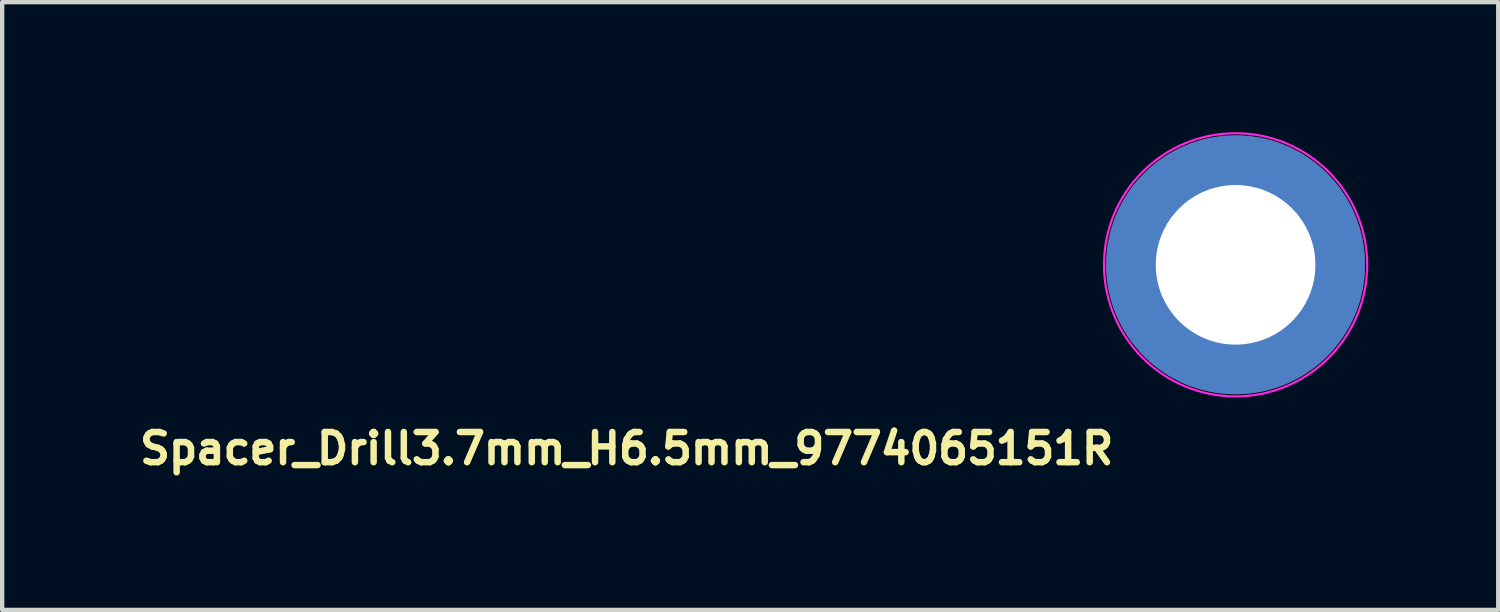
<source format=kicad_pcb>
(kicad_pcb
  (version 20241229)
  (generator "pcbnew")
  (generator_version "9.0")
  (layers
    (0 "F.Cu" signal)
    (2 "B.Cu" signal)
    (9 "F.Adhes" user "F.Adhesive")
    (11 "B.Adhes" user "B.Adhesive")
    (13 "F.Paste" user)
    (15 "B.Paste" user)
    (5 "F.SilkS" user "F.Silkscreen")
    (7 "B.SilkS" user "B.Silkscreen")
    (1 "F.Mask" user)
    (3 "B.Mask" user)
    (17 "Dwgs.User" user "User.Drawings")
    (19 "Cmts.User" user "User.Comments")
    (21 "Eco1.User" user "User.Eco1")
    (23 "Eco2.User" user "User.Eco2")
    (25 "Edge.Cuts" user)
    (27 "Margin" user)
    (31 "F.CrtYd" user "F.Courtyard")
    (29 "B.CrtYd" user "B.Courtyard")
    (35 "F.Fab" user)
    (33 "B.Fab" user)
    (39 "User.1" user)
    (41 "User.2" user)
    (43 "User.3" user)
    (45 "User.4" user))
  (footprint "Spacer_Drill3.7mm_H6.5mm_9774065151R"
    (layer "F.Cu")
    (at 25.593 3.089)
    (property "Reference" "Spacer_Drill3.7mm_H6.5mm_9774065151R" (at -2.75 3.85 0) (layer "F.SilkS") (effects (font (size 0.7 0.7) (thickness 0.15)) (justify right top)))
    (attr smd)
    (fp_circle (center 0 0) (end 3.05 0.05) (stroke (width 0.05) (type solid)) (fill no) (layer "F.CrtYd"))
    (fp_circle (center 0 0) (end 2.6 0) (stroke (width 0.12) (type solid)) (fill no) (layer "User.5"))
    (fp_line (start -2.549 0) (end -2.549 0) (stroke (width 0.02) (type solid)) (layer "User.9"))
    (fp_line (start -2.549 0) (end -2.546 -0.131) (stroke (width 0.02) (type solid)) (layer "User.9"))
    (fp_line (start -2.546 -0.131) (end -2.536 -0.26) (stroke (width 0.02) (type solid)) (layer "User.9"))
    (fp_line (start -2.546 0.131) (end -2.549 0) (stroke (width 0.02) (type solid)) (layer "User.9"))
    (fp_line (start -2.536 -0.26) (end -2.52 -0.388) (stroke (width 0.02) (type solid)) (layer "User.9"))
    (fp_line (start -2.536 0.26) (end -2.546 0.131) (stroke (width 0.02) (type solid)) (layer "User.9"))
    (fp_line (start -2.52 -0.388) (end -2.498 -0.513) (stroke (width 0.02) (type solid)) (layer "User.9"))
    (fp_line (start -2.52 0.388) (end -2.536 0.26) (stroke (width 0.02) (type solid)) (layer "User.9"))
    (fp_line (start -2.498 -0.513) (end -2.469 -0.637) (stroke (width 0.02) (type solid)) (layer "User.9"))
    (fp_line (start -2.498 0.513) (end -2.52 0.388) (stroke (width 0.02) (type solid)) (layer "User.9"))
    (fp_line (start -2.469 -0.637) (end -2.435 -0.758) (stroke (width 0.02) (type solid)) (layer "User.9"))
    (fp_line (start -2.469 0.637) (end -2.498 0.513) (stroke (width 0.02) (type solid)) (layer "User.9"))
    (fp_line (start -2.435 -0.758) (end -2.395 -0.876) (stroke (width 0.02) (type solid)) (layer "User.9"))
    (fp_line (start -2.435 0.758) (end -2.469 0.637) (stroke (width 0.02) (type solid)) (layer "User.9"))
    (fp_line (start -2.395 -0.876) (end -2.349 -0.992) (stroke (width 0.02) (type solid)) (layer "User.9"))
    (fp_line (start -2.395 0.876) (end -2.435 0.758) (stroke (width 0.02) (type solid)) (layer "User.9"))
    (fp_line (start -2.349 -0.992) (end -2.298 -1.105) (stroke (width 0.02) (type solid)) (layer "User.9"))
    (fp_line (start -2.349 0.992) (end -2.395 0.876) (stroke (width 0.02) (type solid)) (layer "User.9"))
    (fp_line (start -2.298 -1.105) (end -2.242 -1.215) (stroke (width 0.02) (type solid)) (layer "User.9"))
    (fp_line (start -2.298 1.105) (end -2.349 0.992) (stroke (width 0.02) (type solid)) (layer "User.9"))
    (fp_line (start -2.242 -1.215) (end -2.18 -1.322) (stroke (width 0.02) (type solid)) (layer "User.9"))
    (fp_line (start -2.242 1.215) (end -2.298 1.105) (stroke (width 0.02) (type solid)) (layer "User.9"))
    (fp_line (start -2.18 -1.322) (end -2.114 -1.425) (stroke (width 0.02) (type solid)) (layer "User.9"))
    (fp_line (start -2.18 1.322) (end -2.242 1.215) (stroke (width 0.02) (type solid)) (layer "User.9"))
    (fp_line (start -2.114 -1.425) (end -2.043 -1.525) (stroke (width 0.02) (type solid)) (layer "User.9"))
    (fp_line (start -2.114 1.425) (end -2.18 1.322) (stroke (width 0.02) (type solid)) (layer "User.9"))
    (fp_line (start -2.043 -1.525) (end -1.967 -1.622) (stroke (width 0.02) (type solid)) (layer "User.9"))
    (fp_line (start -2.043 1.525) (end -2.114 1.425) (stroke (width 0.02) (type solid)) (layer "User.9"))
    (fp_line (start -1.967 -1.622) (end -1.887 -1.714) (stroke (width 0.02) (type solid)) (layer "User.9"))
    (fp_line (start -1.967 1.622) (end -2.043 1.525) (stroke (width 0.02) (type solid)) (layer "User.9"))
    (fp_line (start -1.887 -1.714) (end -1.803 -1.803) (stroke (width 0.02) (type solid)) (layer "User.9"))
    (fp_line (start -1.887 1.714) (end -1.967 1.622) (stroke (width 0.02) (type solid)) (layer "User.9"))
    (fp_line (start -1.803 -1.803) (end -1.714 -1.887) (stroke (width 0.02) (type solid)) (layer "User.9"))
    (fp_line (start -1.803 1.803) (end -1.887 1.714) (stroke (width 0.02) (type solid)) (layer "User.9"))
    (fp_line (start -1.714 -1.887) (end -1.622 -1.967) (stroke (width 0.02) (type solid)) (layer "User.9"))
    (fp_line (start -1.714 1.887) (end -1.803 1.803) (stroke (width 0.02) (type solid)) (layer "User.9"))
    (fp_line (start -1.622 -1.967) (end -1.525 -2.043) (stroke (width 0.02) (type solid)) (layer "User.9"))
    (fp_line (start -1.622 1.967) (end -1.714 1.887) (stroke (width 0.02) (type solid)) (layer "User.9"))
    (fp_line (start -1.525 -2.043) (end -1.425 -2.114) (stroke (width 0.02) (type solid)) (layer "User.9"))
    (fp_line (start -1.525 2.043) (end -1.622 1.967) (stroke (width 0.02) (type solid)) (layer "User.9"))
    (fp_line (start -1.425 -2.114) (end -1.322 -2.18) (stroke (width 0.02) (type solid)) (layer "User.9"))
    (fp_line (start -1.425 2.114) (end -1.525 2.043) (stroke (width 0.02) (type solid)) (layer "User.9"))
    (fp_line (start -1.322 -2.18) (end -1.215 -2.242) (stroke (width 0.02) (type solid)) (layer "User.9"))
    (fp_line (start -1.322 2.18) (end -1.425 2.114) (stroke (width 0.02) (type solid)) (layer "User.9"))
    (fp_line (start -1.215 -2.242) (end -1.105 -2.298) (stroke (width 0.02) (type solid)) (layer "User.9"))
    (fp_line (start -1.215 2.242) (end -1.322 2.18) (stroke (width 0.02) (type solid)) (layer "User.9"))
    (fp_line (start -1.206 0) (end -1.206 0) (stroke (width 0.02) (type solid)) (layer "User.9"))
    (fp_line (start -1.206 0) (end -1.204 -0.062) (stroke (width 0.02) (type solid)) (layer "User.9"))
    (fp_line (start -1.204 -0.062) (end -1.2 -0.123) (stroke (width 0.02) (type solid)) (layer "User.9"))
    (fp_line (start -1.204 0.062) (end -1.206 0) (stroke (width 0.02) (type solid)) (layer "User.9"))
    (fp_line (start -1.2 -0.123) (end -1.192 -0.183) (stroke (width 0.02) (type solid)) (layer "User.9"))
    (fp_line (start -1.2 0.123) (end -1.204 0.062) (stroke (width 0.02) (type solid)) (layer "User.9"))
    (fp_line (start -1.192 -0.183) (end -1.181 -0.243) (stroke (width 0.02) (type solid)) (layer "User.9"))
    (fp_line (start -1.192 0.183) (end -1.2 0.123) (stroke (width 0.02) (type solid)) (layer "User.9"))
    (fp_line (start -1.181 -0.243) (end -1.168 -0.301) (stroke (width 0.02) (type solid)) (layer "User.9"))
    (fp_line (start -1.181 0.243) (end -1.192 0.183) (stroke (width 0.02) (type solid)) (layer "User.9"))
    (fp_line (start -1.168 -0.301) (end -1.152 -0.358) (stroke (width 0.02) (type solid)) (layer "User.9"))
    (fp_line (start -1.168 0.301) (end -1.181 0.243) (stroke (width 0.02) (type solid)) (layer "User.9"))
    (fp_line (start -1.152 -0.358) (end -1.133 -0.414) (stroke (width 0.02) (type solid)) (layer "User.9"))
    (fp_line (start -1.152 0.358) (end -1.168 0.301) (stroke (width 0.02) (type solid)) (layer "User.9"))
    (fp_line (start -1.133 -0.414) (end -1.111 -0.469) (stroke (width 0.02) (type solid)) (layer "User.9"))
    (fp_line (start -1.133 0.414) (end -1.152 0.358) (stroke (width 0.02) (type solid)) (layer "User.9"))
    (fp_line (start -1.111 -0.469) (end -1.087 -0.523) (stroke (width 0.02) (type solid)) (layer "User.9"))
    (fp_line (start -1.111 0.469) (end -1.133 0.414) (stroke (width 0.02) (type solid)) (layer "User.9"))
    (fp_line (start -1.105 -2.298) (end -0.992 -2.349) (stroke (width 0.02) (type solid)) (layer "User.9"))
    (fp_line (start -1.105 2.298) (end -1.215 2.242) (stroke (width 0.02) (type solid)) (layer "User.9"))
    (fp_line (start -1.087 -0.523) (end -1.06 -0.575) (stroke (width 0.02) (type solid)) (layer "User.9"))
    (fp_line (start -1.087 0.523) (end -1.111 0.469) (stroke (width 0.02) (type solid)) (layer "User.9"))
    (fp_line (start -1.06 -0.575) (end -1.031 -0.625) (stroke (width 0.02) (type solid)) (layer "User.9"))
    (fp_line (start -1.06 0.575) (end -1.087 0.523) (stroke (width 0.02) (type solid)) (layer "User.9"))
    (fp_line (start -1.031 -0.625) (end -1 -0.674) (stroke (width 0.02) (type solid)) (layer "User.9"))
    (fp_line (start -1.031 0.625) (end -1.06 0.575) (stroke (width 0.02) (type solid)) (layer "User.9"))
    (fp_line (start -1.006 0) (end -1.006 0) (stroke (width 0.02) (type solid)) (layer "User.9"))
    (fp_line (start -1.006 0) (end -1.005 -0.051) (stroke (width 0.02) (type solid)) (layer "User.9"))
    (fp_line (start -1.005 -0.051) (end -1.001 -0.102) (stroke (width 0.02) (type solid)) (layer "User.9"))
    (fp_line (start -1.005 0.051) (end -1.006 0) (stroke (width 0.02) (type solid)) (layer "User.9"))
    (fp_line (start -1.001 -0.102) (end -0.994 -0.153) (stroke (width 0.02) (type solid)) (layer "User.9"))
    (fp_line (start -1.001 0.102) (end -1.005 0.051) (stroke (width 0.02) (type solid)) (layer "User.9"))
    (fp_line (start -1 -0.674) (end -0.966 -0.721) (stroke (width 0.02) (type solid)) (layer "User.9"))
    (fp_line (start -1 0.674) (end -1.031 0.625) (stroke (width 0.02) (type solid)) (layer "User.9"))
    (fp_line (start -0.994 -0.153) (end -0.986 -0.202) (stroke (width 0.02) (type solid)) (layer "User.9"))
    (fp_line (start -0.994 0.153) (end -1.001 0.102) (stroke (width 0.02) (type solid)) (layer "User.9"))
    (fp_line (start -0.992 -2.349) (end -0.876 -2.395) (stroke (width 0.02) (type solid)) (layer "User.9"))
    (fp_line (start -0.992 2.349) (end -1.105 2.298) (stroke (width 0.02) (type solid)) (layer "User.9"))
    (fp_line (start -0.986 -0.202) (end -0.974 -0.251) (stroke (width 0.02) (type solid)) (layer "User.9"))
    (fp_line (start -0.986 0.202) (end -0.994 0.153) (stroke (width 0.02) (type solid)) (layer "User.9"))
    (fp_line (start -0.974 -0.251) (end -0.961 -0.299) (stroke (width 0.02) (type solid)) (layer "User.9"))
    (fp_line (start -0.974 0.251) (end -0.986 0.202) (stroke (width 0.02) (type solid)) (layer "User.9"))
    (fp_line (start -0.966 -0.721) (end -0.93 -0.767) (stroke (width 0.02) (type solid)) (layer "User.9"))
    (fp_line (start -0.966 0.721) (end -1 0.674) (stroke (width 0.02) (type solid)) (layer "User.9"))
    (fp_line (start -0.961 -0.299) (end -0.945 -0.346) (stroke (width 0.02) (type solid)) (layer "User.9"))
    (fp_line (start -0.961 0.299) (end -0.974 0.251) (stroke (width 0.02) (type solid)) (layer "User.9"))
    (fp_line (start -0.945 -0.346) (end -0.927 -0.391) (stroke (width 0.02) (type solid)) (layer "User.9"))
    (fp_line (start -0.945 0.346) (end -0.961 0.299) (stroke (width 0.02) (type solid)) (layer "User.9"))
    (fp_line (start -0.93 -0.767) (end -0.893 -0.811) (stroke (width 0.02) (type solid)) (layer "User.9"))
    (fp_line (start -0.93 0.767) (end -0.966 0.721) (stroke (width 0.02) (type solid)) (layer "User.9"))
    (fp_line (start -0.927 -0.391) (end -0.907 -0.436) (stroke (width 0.02) (type solid)) (layer "User.9"))
    (fp_line (start -0.927 0.391) (end -0.945 0.346) (stroke (width 0.02) (type solid)) (layer "User.9"))
    (fp_line (start -0.907 -0.436) (end -0.885 -0.479) (stroke (width 0.02) (type solid)) (layer "User.9"))
    (fp_line (start -0.907 0.436) (end -0.927 0.391) (stroke (width 0.02) (type solid)) (layer "User.9"))
    (fp_line (start -0.893 -0.811) (end -0.853 -0.853) (stroke (width 0.02) (type solid)) (layer "User.9"))
    (fp_line (start -0.893 0.811) (end -0.93 0.767) (stroke (width 0.02) (type solid)) (layer "User.9"))
    (fp_line (start -0.885 -0.479) (end -0.86 -0.521) (stroke (width 0.02) (type solid)) (layer "User.9"))
    (fp_line (start -0.885 0.479) (end -0.907 0.436) (stroke (width 0.02) (type solid)) (layer "User.9"))
    (fp_line (start -0.876 -2.395) (end -0.758 -2.435) (stroke (width 0.02) (type solid)) (layer "User.9"))
    (fp_line (start -0.876 2.395) (end -0.992 2.349) (stroke (width 0.02) (type solid)) (layer "User.9"))
    (fp_line (start -0.86 -0.521) (end -0.834 -0.562) (stroke (width 0.02) (type solid)) (layer "User.9"))
    (fp_line (start -0.86 0.521) (end -0.885 0.479) (stroke (width 0.02) (type solid)) (layer "User.9"))
    (fp_line (start -0.853 -0.853) (end -0.811 -0.893) (stroke (width 0.02) (type solid)) (layer "User.9"))
    (fp_line (start -0.853 0.853) (end -0.893 0.811) (stroke (width 0.02) (type solid)) (layer "User.9"))
    (fp_line (start -0.834 -0.562) (end -0.806 -0.602) (stroke (width 0.02) (type solid)) (layer "User.9"))
    (fp_line (start -0.834 0.562) (end -0.86 0.521) (stroke (width 0.02) (type solid)) (layer "User.9"))
    (fp_line (start -0.811 -0.893) (end -0.767 -0.93) (stroke (width 0.02) (type solid)) (layer "User.9"))
    (fp_line (start -0.811 0.893) (end -0.853 0.853) (stroke (width 0.02) (type solid)) (layer "User.9"))
    (fp_line (start -0.806 -0.602) (end -0.776 -0.64) (stroke (width 0.02) (type solid)) (layer "User.9"))
    (fp_line (start -0.806 0.602) (end -0.834 0.562) (stroke (width 0.02) (type solid)) (layer "User.9"))
    (fp_line (start -0.776 -0.64) (end -0.745 -0.676) (stroke (width 0.02) (type solid)) (layer "User.9"))
    (fp_line (start -0.776 0.64) (end -0.806 0.602) (stroke (width 0.02) (type solid)) (layer "User.9"))
    (fp_line (start -0.767 -0.93) (end -0.721 -0.966) (stroke (width 0.02) (type solid)) (layer "User.9"))
    (fp_line (start -0.767 0.93) (end -0.811 0.893) (stroke (width 0.02) (type solid)) (layer "User.9"))
    (fp_line (start -0.758 -2.435) (end -0.637 -2.469) (stroke (width 0.02) (type solid)) (layer "User.9"))
    (fp_line (start -0.758 2.435) (end -0.876 2.395) (stroke (width 0.02) (type solid)) (layer "User.9"))
    (fp_line (start -0.745 -0.676) (end -0.711 -0.711) (stroke (width 0.02) (type solid)) (layer "User.9"))
    (fp_line (start -0.745 0.676) (end -0.776 0.64) (stroke (width 0.02) (type solid)) (layer "User.9"))
    (fp_line (start -0.721 -0.966) (end -0.674 -1) (stroke (width 0.02) (type solid)) (layer "User.9"))
    (fp_line (start -0.721 0.966) (end -0.767 0.93) (stroke (width 0.02) (type solid)) (layer "User.9"))
    (fp_line (start -0.711 -0.711) (end -0.676 -0.745) (stroke (width 0.02) (type solid)) (layer "User.9"))
    (fp_line (start -0.711 0.711) (end -0.745 0.676) (stroke (width 0.02) (type solid)) (layer "User.9"))
    (fp_line (start -0.676 -0.745) (end -0.64 -0.776) (stroke (width 0.02) (type solid)) (layer "User.9"))
    (fp_line (start -0.676 0.745) (end -0.711 0.711) (stroke (width 0.02) (type solid)) (layer "User.9"))
    (fp_line (start -0.674 -1) (end -0.625 -1.031) (stroke (width 0.02) (type solid)) (layer "User.9"))
    (fp_line (start -0.674 1) (end -0.721 0.966) (stroke (width 0.02) (type solid)) (layer "User.9"))
    (fp_line (start -0.64 -0.776) (end -0.602 -0.806) (stroke (width 0.02) (type solid)) (layer "User.9"))
    (fp_line (start -0.64 0.776) (end -0.676 0.745) (stroke (width 0.02) (type solid)) (layer "User.9"))
    (fp_line (start -0.637 -2.469) (end -0.513 -2.498) (stroke (width 0.02) (type solid)) (layer "User.9"))
    (fp_line (start -0.637 2.469) (end -0.758 2.435) (stroke (width 0.02) (type solid)) (layer "User.9"))
    (fp_line (start -0.625 -1.031) (end -0.575 -1.06) (stroke (width 0.02) (type solid)) (layer "User.9"))
    (fp_line (start -0.625 1.031) (end -0.674 1) (stroke (width 0.02) (type solid)) (layer "User.9"))
    (fp_line (start -0.602 -0.806) (end -0.562 -0.834) (stroke (width 0.02) (type solid)) (layer "User.9"))
    (fp_line (start -0.602 0.806) (end -0.64 0.776) (stroke (width 0.02) (type solid)) (layer "User.9"))
    (fp_line (start -0.575 -1.06) (end -0.523 -1.087) (stroke (width 0.02) (type solid)) (layer "User.9"))
    (fp_line (start -0.575 1.06) (end -0.625 1.031) (stroke (width 0.02) (type solid)) (layer "User.9"))
    (fp_line (start -0.562 -0.834) (end -0.521 -0.86) (stroke (width 0.02) (type solid)) (layer "User.9"))
    (fp_line (start -0.562 0.834) (end -0.602 0.806) (stroke (width 0.02) (type solid)) (layer "User.9"))
    (fp_line (start -0.523 -1.087) (end -0.469 -1.111) (stroke (width 0.02) (type solid)) (layer "User.9"))
    (fp_line (start -0.523 1.087) (end -0.575 1.06) (stroke (width 0.02) (type solid)) (layer "User.9"))
    (fp_line (start -0.521 -0.86) (end -0.479 -0.885) (stroke (width 0.02) (type solid)) (layer "User.9"))
    (fp_line (start -0.521 0.86) (end -0.562 0.834) (stroke (width 0.02) (type solid)) (layer "User.9"))
    (fp_line (start -0.513 -2.498) (end -0.388 -2.52) (stroke (width 0.02) (type solid)) (layer "User.9"))
    (fp_line (start -0.513 2.498) (end -0.637 2.469) (stroke (width 0.02) (type solid)) (layer "User.9"))
    (fp_line (start -0.479 -0.885) (end -0.436 -0.907) (stroke (width 0.02) (type solid)) (layer "User.9"))
    (fp_line (start -0.479 0.885) (end -0.521 0.86) (stroke (width 0.02) (type solid)) (layer "User.9"))
    (fp_line (start -0.469 -1.111) (end -0.414 -1.133) (stroke (width 0.02) (type solid)) (layer "User.9"))
    (fp_line (start -0.469 1.111) (end -0.523 1.087) (stroke (width 0.02) (type solid)) (layer "User.9"))
    (fp_line (start -0.436 -0.907) (end -0.391 -0.927) (stroke (width 0.02) (type solid)) (layer "User.9"))
    (fp_line (start -0.436 0.907) (end -0.479 0.885) (stroke (width 0.02) (type solid)) (layer "User.9"))
    (fp_line (start -0.414 -1.133) (end -0.358 -1.152) (stroke (width 0.02) (type solid)) (layer "User.9"))
    (fp_line (start -0.414 1.133) (end -0.469 1.111) (stroke (width 0.02) (type solid)) (layer "User.9"))
    (fp_line (start -0.391 -0.927) (end -0.346 -0.945) (stroke (width 0.02) (type solid)) (layer "User.9"))
    (fp_line (start -0.391 0.927) (end -0.436 0.907) (stroke (width 0.02) (type solid)) (layer "User.9"))
    (fp_line (start -0.388 -2.52) (end -0.26 -2.536) (stroke (width 0.02) (type solid)) (layer "User.9"))
    (fp_line (start -0.388 2.52) (end -0.513 2.498) (stroke (width 0.02) (type solid)) (layer "User.9"))
    (fp_line (start -0.358 -1.152) (end -0.301 -1.168) (stroke (width 0.02) (type solid)) (layer "User.9"))
    (fp_line (start -0.358 1.152) (end -0.414 1.133) (stroke (width 0.02) (type solid)) (layer "User.9"))
    (fp_line (start -0.346 -0.945) (end -0.299 -0.961) (stroke (width 0.02) (type solid)) (layer "User.9"))
    (fp_line (start -0.346 0.945) (end -0.391 0.927) (stroke (width 0.02) (type solid)) (layer "User.9"))
    (fp_line (start -0.301 -1.168) (end -0.243 -1.181) (stroke (width 0.02) (type solid)) (layer "User.9"))
    (fp_line (start -0.301 1.168) (end -0.358 1.152) (stroke (width 0.02) (type solid)) (layer "User.9"))
    (fp_line (start -0.299 -0.961) (end -0.251 -0.974) (stroke (width 0.02) (type solid)) (layer "User.9"))
    (fp_line (start -0.299 0.961) (end -0.346 0.945) (stroke (width 0.02) (type solid)) (layer "User.9"))
    (fp_line (start -0.26 -2.536) (end -0.131 -2.546) (stroke (width 0.02) (type solid)) (layer "User.9"))
    (fp_line (start -0.26 2.536) (end -0.388 2.52) (stroke (width 0.02) (type solid)) (layer "User.9"))
    (fp_line (start -0.251 -0.974) (end -0.202 -0.986) (stroke (width 0.02) (type solid)) (layer "User.9"))
    (fp_line (start -0.251 0.974) (end -0.299 0.961) (stroke (width 0.02) (type solid)) (layer "User.9"))
    (fp_line (start -0.243 -1.181) (end -0.183 -1.192) (stroke (width 0.02) (type solid)) (layer "User.9"))
    (fp_line (start -0.243 1.181) (end -0.301 1.168) (stroke (width 0.02) (type solid)) (layer "User.9"))
    (fp_line (start -0.202 -0.986) (end -0.153 -0.994) (stroke (width 0.02) (type solid)) (layer "User.9"))
    (fp_line (start -0.202 0.986) (end -0.251 0.974) (stroke (width 0.02) (type solid)) (layer "User.9"))
    (fp_line (start -0.183 -1.192) (end -0.123 -1.2) (stroke (width 0.02) (type solid)) (layer "User.9"))
    (fp_line (start -0.183 1.192) (end -0.243 1.181) (stroke (width 0.02) (type solid)) (layer "User.9"))
    (fp_line (start -0.153 -0.994) (end -0.102 -1.001) (stroke (width 0.02) (type solid)) (layer "User.9"))
    (fp_line (start -0.153 0.994) (end -0.202 0.986) (stroke (width 0.02) (type solid)) (layer "User.9"))
    (fp_line (start -0.131 -2.546) (end 0 -2.549) (stroke (width 0.02) (type solid)) (layer "User.9"))
    (fp_line (start -0.131 2.546) (end -0.26 2.536) (stroke (width 0.02) (type solid)) (layer "User.9"))
    (fp_line (start -0.123 -1.2) (end -0.062 -1.204) (stroke (width 0.02) (type solid)) (layer "User.9"))
    (fp_line (start -0.123 1.2) (end -0.183 1.192) (stroke (width 0.02) (type solid)) (layer "User.9"))
    (fp_line (start -0.102 -1.001) (end -0.051 -1.005) (stroke (width 0.02) (type solid)) (layer "User.9"))
    (fp_line (start -0.102 1.001) (end -0.153 0.994) (stroke (width 0.02) (type solid)) (layer "User.9"))
    (fp_line (start -0.062 -1.204) (end 0 -1.206) (stroke (width 0.02) (type solid)) (layer "User.9"))
    (fp_line (start -0.062 1.204) (end -0.123 1.2) (stroke (width 0.02) (type solid)) (layer "User.9"))
    (fp_line (start -0.051 -1.005) (end 0 -1.006) (stroke (width 0.02) (type solid)) (layer "User.9"))
    (fp_line (start -0.051 1.005) (end -0.102 1.001) (stroke (width 0.02) (type solid)) (layer "User.9"))
    (fp_line (start 0 -2.549) (end 0 -2.549) (stroke (width 0.02) (type solid)) (layer "User.9"))
    (fp_line (start 0 -2.549) (end 0.131 -2.546) (stroke (width 0.02) (type solid)) (layer "User.9"))
    (fp_line (start 0 -1.206) (end 0 -1.206) (stroke (width 0.02) (type solid)) (layer "User.9"))
    (fp_line (start 0 -1.206) (end 0.062 -1.204) (stroke (width 0.02) (type solid)) (layer "User.9"))
    (fp_line (start 0 -1.006) (end 0 -1.006) (stroke (width 0.02) (type solid)) (layer "User.9"))
    (fp_line (start 0 -1.006) (end 0.051 -1.005) (stroke (width 0.02) (type solid)) (layer "User.9"))
    (fp_line (start 0 1.006) (end -0.051 1.005) (stroke (width 0.02) (type solid)) (layer "User.9"))
    (fp_line (start 0 1.006) (end 0 1.006) (stroke (width 0.02) (type solid)) (layer "User.9"))
    (fp_line (start 0 1.206) (end -0.062 1.204) (stroke (width 0.02) (type solid)) (layer "User.9"))
    (fp_line (start 0 1.206) (end 0 1.206) (stroke (width 0.02) (type solid)) (layer "User.9"))
    (fp_line (start 0 2.549) (end -0.131 2.546) (stroke (width 0.02) (type solid)) (layer "User.9"))
    (fp_line (start 0 2.549) (end 0 2.549) (stroke (width 0.02) (type solid)) (layer "User.9"))
    (fp_line (start 0.051 -1.005) (end 0.102 -1.001) (stroke (width 0.02) (type solid)) (layer "User.9"))
    (fp_line (start 0.051 1.005) (end 0 1.006) (stroke (width 0.02) (type solid)) (layer "User.9"))
    (fp_line (start 0.062 -1.204) (end 0.123 -1.2) (stroke (width 0.02) (type solid)) (layer "User.9"))
    (fp_line (start 0.062 1.204) (end 0 1.206) (stroke (width 0.02) (type solid)) (layer "User.9"))
    (fp_line (start 0.102 -1.001) (end 0.153 -0.994) (stroke (width 0.02) (type solid)) (layer "User.9"))
    (fp_line (start 0.102 1.001) (end 0.051 1.005) (stroke (width 0.02) (type solid)) (layer "User.9"))
    (fp_line (start 0.123 -1.2) (end 0.183 -1.192) (stroke (width 0.02) (type solid)) (layer "User.9"))
    (fp_line (start 0.123 1.2) (end 0.062 1.204) (stroke (width 0.02) (type solid)) (layer "User.9"))
    (fp_line (start 0.131 -2.546) (end 0.26 -2.536) (stroke (width 0.02) (type solid)) (layer "User.9"))
    (fp_line (start 0.131 2.546) (end 0 2.549) (stroke (width 0.02) (type solid)) (layer "User.9"))
    (fp_line (start 0.153 -0.994) (end 0.202 -0.986) (stroke (width 0.02) (type solid)) (layer "User.9"))
    (fp_line (start 0.153 0.994) (end 0.102 1.001) (stroke (width 0.02) (type solid)) (layer "User.9"))
    (fp_line (start 0.183 -1.192) (end 0.243 -1.181) (stroke (width 0.02) (type solid)) (layer "User.9"))
    (fp_line (start 0.183 1.192) (end 0.123 1.2) (stroke (width 0.02) (type solid)) (layer "User.9"))
    (fp_line (start 0.202 -0.986) (end 0.251 -0.974) (stroke (width 0.02) (type solid)) (layer "User.9"))
    (fp_line (start 0.202 0.986) (end 0.153 0.994) (stroke (width 0.02) (type solid)) (layer "User.9"))
    (fp_line (start 0.243 -1.181) (end 0.301 -1.168) (stroke (width 0.02) (type solid)) (layer "User.9"))
    (fp_line (start 0.243 1.181) (end 0.183 1.192) (stroke (width 0.02) (type solid)) (layer "User.9"))
    (fp_line (start 0.251 -0.974) (end 0.299 -0.961) (stroke (width 0.02) (type solid)) (layer "User.9"))
    (fp_line (start 0.251 0.974) (end 0.202 0.986) (stroke (width 0.02) (type solid)) (layer "User.9"))
    (fp_line (start 0.26 -2.536) (end 0.388 -2.52) (stroke (width 0.02) (type solid)) (layer "User.9"))
    (fp_line (start 0.26 2.536) (end 0.131 2.546) (stroke (width 0.02) (type solid)) (layer "User.9"))
    (fp_line (start 0.299 -0.961) (end 0.346 -0.945) (stroke (width 0.02) (type solid)) (layer "User.9"))
    (fp_line (start 0.299 0.961) (end 0.251 0.974) (stroke (width 0.02) (type solid)) (layer "User.9"))
    (fp_line (start 0.301 -1.168) (end 0.358 -1.152) (stroke (width 0.02) (type solid)) (layer "User.9"))
    (fp_line (start 0.301 1.168) (end 0.243 1.181) (stroke (width 0.02) (type solid)) (layer "User.9"))
    (fp_line (start 0.346 -0.945) (end 0.391 -0.927) (stroke (width 0.02) (type solid)) (layer "User.9"))
    (fp_line (start 0.346 0.945) (end 0.299 0.961) (stroke (width 0.02) (type solid)) (layer "User.9"))
    (fp_line (start 0.358 -1.152) (end 0.414 -1.133) (stroke (width 0.02) (type solid)) (layer "User.9"))
    (fp_line (start 0.358 1.152) (end 0.301 1.168) (stroke (width 0.02) (type solid)) (layer "User.9"))
    (fp_line (start 0.388 -2.52) (end 0.513 -2.498) (stroke (width 0.02) (type solid)) (layer "User.9"))
    (fp_line (start 0.388 2.52) (end 0.26 2.536) (stroke (width 0.02) (type solid)) (layer "User.9"))
    (fp_line (start 0.391 -0.927) (end 0.436 -0.907) (stroke (width 0.02) (type solid)) (layer "User.9"))
    (fp_line (start 0.391 0.927) (end 0.346 0.945) (stroke (width 0.02) (type solid)) (layer "User.9"))
    (fp_line (start 0.414 -1.133) (end 0.469 -1.111) (stroke (width 0.02) (type solid)) (layer "User.9"))
    (fp_line (start 0.414 1.133) (end 0.358 1.152) (stroke (width 0.02) (type solid)) (layer "User.9"))
    (fp_line (start 0.436 -0.907) (end 0.479 -0.885) (stroke (width 0.02) (type solid)) (layer "User.9"))
    (fp_line (start 0.436 0.907) (end 0.391 0.927) (stroke (width 0.02) (type solid)) (layer "User.9"))
    (fp_line (start 0.469 -1.111) (end 0.523 -1.087) (stroke (width 0.02) (type solid)) (layer "User.9"))
    (fp_line (start 0.469 1.111) (end 0.414 1.133) (stroke (width 0.02) (type solid)) (layer "User.9"))
    (fp_line (start 0.479 -0.885) (end 0.521 -0.86) (stroke (width 0.02) (type solid)) (layer "User.9"))
    (fp_line (start 0.479 0.885) (end 0.436 0.907) (stroke (width 0.02) (type solid)) (layer "User.9"))
    (fp_line (start 0.513 -2.498) (end 0.637 -2.469) (stroke (width 0.02) (type solid)) (layer "User.9"))
    (fp_line (start 0.513 2.498) (end 0.388 2.52) (stroke (width 0.02) (type solid)) (layer "User.9"))
    (fp_line (start 0.521 -0.86) (end 0.562 -0.834) (stroke (width 0.02) (type solid)) (layer "User.9"))
    (fp_line (start 0.521 0.86) (end 0.479 0.885) (stroke (width 0.02) (type solid)) (layer "User.9"))
    (fp_line (start 0.523 -1.087) (end 0.575 -1.06) (stroke (width 0.02) (type solid)) (layer "User.9"))
    (fp_line (start 0.523 1.087) (end 0.469 1.111) (stroke (width 0.02) (type solid)) (layer "User.9"))
    (fp_line (start 0.562 -0.834) (end 0.602 -0.806) (stroke (width 0.02) (type solid)) (layer "User.9"))
    (fp_line (start 0.562 0.834) (end 0.521 0.86) (stroke (width 0.02) (type solid)) (layer "User.9"))
    (fp_line (start 0.575 -1.06) (end 0.625 -1.031) (stroke (width 0.02) (type solid)) (layer "User.9"))
    (fp_line (start 0.575 1.06) (end 0.523 1.087) (stroke (width 0.02) (type solid)) (layer "User.9"))
    (fp_line (start 0.602 -0.806) (end 0.64 -0.776) (stroke (width 0.02) (type solid)) (layer "User.9"))
    (fp_line (start 0.602 0.806) (end 0.562 0.834) (stroke (width 0.02) (type solid)) (layer "User.9"))
    (fp_line (start 0.625 -1.031) (end 0.674 -1) (stroke (width 0.02) (type solid)) (layer "User.9"))
    (fp_line (start 0.625 1.031) (end 0.575 1.06) (stroke (width 0.02) (type solid)) (layer "User.9"))
    (fp_line (start 0.637 -2.469) (end 0.758 -2.435) (stroke (width 0.02) (type solid)) (layer "User.9"))
    (fp_line (start 0.637 2.469) (end 0.513 2.498) (stroke (width 0.02) (type solid)) (layer "User.9"))
    (fp_line (start 0.64 -0.776) (end 0.676 -0.745) (stroke (width 0.02) (type solid)) (layer "User.9"))
    (fp_line (start 0.64 0.776) (end 0.602 0.806) (stroke (width 0.02) (type solid)) (layer "User.9"))
    (fp_line (start 0.674 -1) (end 0.721 -0.966) (stroke (width 0.02) (type solid)) (layer "User.9"))
    (fp_line (start 0.674 1) (end 0.625 1.031) (stroke (width 0.02) (type solid)) (layer "User.9"))
    (fp_line (start 0.676 -0.745) (end 0.711 -0.711) (stroke (width 0.02) (type solid)) (layer "User.9"))
    (fp_line (start 0.676 0.745) (end 0.64 0.776) (stroke (width 0.02) (type solid)) (layer "User.9"))
    (fp_line (start 0.711 -0.711) (end 0.745 -0.676) (stroke (width 0.02) (type solid)) (layer "User.9"))
    (fp_line (start 0.711 0.711) (end 0.676 0.745) (stroke (width 0.02) (type solid)) (layer "User.9"))
    (fp_line (start 0.721 -0.966) (end 0.767 -0.93) (stroke (width 0.02) (type solid)) (layer "User.9"))
    (fp_line (start 0.721 0.966) (end 0.674 1) (stroke (width 0.02) (type solid)) (layer "User.9"))
    (fp_line (start 0.745 -0.676) (end 0.776 -0.64) (stroke (width 0.02) (type solid)) (layer "User.9"))
    (fp_line (start 0.745 0.676) (end 0.711 0.711) (stroke (width 0.02) (type solid)) (layer "User.9"))
    (fp_line (start 0.758 -2.435) (end 0.876 -2.395) (stroke (width 0.02) (type solid)) (layer "User.9"))
    (fp_line (start 0.758 2.435) (end 0.637 2.469) (stroke (width 0.02) (type solid)) (layer "User.9"))
    (fp_line (start 0.767 -0.93) (end 0.811 -0.893) (stroke (width 0.02) (type solid)) (layer "User.9"))
    (fp_line (start 0.767 0.93) (end 0.721 0.966) (stroke (width 0.02) (type solid)) (layer "User.9"))
    (fp_line (start 0.776 -0.64) (end 0.806 -0.602) (stroke (width 0.02) (type solid)) (layer "User.9"))
    (fp_line (start 0.776 0.64) (end 0.745 0.676) (stroke (width 0.02) (type solid)) (layer "User.9"))
    (fp_line (start 0.806 -0.602) (end 0.834 -0.562) (stroke (width 0.02) (type solid)) (layer "User.9"))
    (fp_line (start 0.806 0.602) (end 0.776 0.64) (stroke (width 0.02) (type solid)) (layer "User.9"))
    (fp_line (start 0.811 -0.893) (end 0.853 -0.853) (stroke (width 0.02) (type solid)) (layer "User.9"))
    (fp_line (start 0.811 0.893) (end 0.767 0.93) (stroke (width 0.02) (type solid)) (layer "User.9"))
    (fp_line (start 0.834 -0.562) (end 0.86 -0.521) (stroke (width 0.02) (type solid)) (layer "User.9"))
    (fp_line (start 0.834 0.562) (end 0.806 0.602) (stroke (width 0.02) (type solid)) (layer "User.9"))
    (fp_line (start 0.853 -0.853) (end 0.893 -0.811) (stroke (width 0.02) (type solid)) (layer "User.9"))
    (fp_line (start 0.853 0.853) (end 0.811 0.893) (stroke (width 0.02) (type solid)) (layer "User.9"))
    (fp_line (start 0.86 -0.521) (end 0.885 -0.479) (stroke (width 0.02) (type solid)) (layer "User.9"))
    (fp_line (start 0.86 0.521) (end 0.834 0.562) (stroke (width 0.02) (type solid)) (layer "User.9"))
    (fp_line (start 0.876 -2.395) (end 0.992 -2.349) (stroke (width 0.02) (type solid)) (layer "User.9"))
    (fp_line (start 0.876 2.395) (end 0.758 2.435) (stroke (width 0.02) (type solid)) (layer "User.9"))
    (fp_line (start 0.885 -0.479) (end 0.907 -0.436) (stroke (width 0.02) (type solid)) (layer "User.9"))
    (fp_line (start 0.885 0.479) (end 0.86 0.521) (stroke (width 0.02) (type solid)) (layer "User.9"))
    (fp_line (start 0.893 -0.811) (end 0.93 -0.767) (stroke (width 0.02) (type solid)) (layer "User.9"))
    (fp_line (start 0.893 0.811) (end 0.853 0.853) (stroke (width 0.02) (type solid)) (layer "User.9"))
    (fp_line (start 0.907 -0.436) (end 0.927 -0.391) (stroke (width 0.02) (type solid)) (layer "User.9"))
    (fp_line (start 0.907 0.436) (end 0.885 0.479) (stroke (width 0.02) (type solid)) (layer "User.9"))
    (fp_line (start 0.927 -0.391) (end 0.945 -0.346) (stroke (width 0.02) (type solid)) (layer "User.9"))
    (fp_line (start 0.927 0.391) (end 0.907 0.436) (stroke (width 0.02) (type solid)) (layer "User.9"))
    (fp_line (start 0.93 -0.767) (end 0.966 -0.721) (stroke (width 0.02) (type solid)) (layer "User.9"))
    (fp_line (start 0.93 0.767) (end 0.893 0.811) (stroke (width 0.02) (type solid)) (layer "User.9"))
    (fp_line (start 0.945 -0.346) (end 0.961 -0.299) (stroke (width 0.02) (type solid)) (layer "User.9"))
    (fp_line (start 0.945 0.346) (end 0.927 0.391) (stroke (width 0.02) (type solid)) (layer "User.9"))
    (fp_line (start 0.961 -0.299) (end 0.974 -0.251) (stroke (width 0.02) (type solid)) (layer "User.9"))
    (fp_line (start 0.961 0.299) (end 0.945 0.346) (stroke (width 0.02) (type solid)) (layer "User.9"))
    (fp_line (start 0.966 -0.721) (end 1 -0.674) (stroke (width 0.02) (type solid)) (layer "User.9"))
    (fp_line (start 0.966 0.721) (end 0.93 0.767) (stroke (width 0.02) (type solid)) (layer "User.9"))
    (fp_line (start 0.974 -0.251) (end 0.986 -0.202) (stroke (width 0.02) (type solid)) (layer "User.9"))
    (fp_line (start 0.974 0.251) (end 0.961 0.299) (stroke (width 0.02) (type solid)) (layer "User.9"))
    (fp_line (start 0.986 -0.202) (end 0.994 -0.153) (stroke (width 0.02) (type solid)) (layer "User.9"))
    (fp_line (start 0.986 0.202) (end 0.974 0.251) (stroke (width 0.02) (type solid)) (layer "User.9"))
    (fp_line (start 0.992 -2.349) (end 1.105 -2.298) (stroke (width 0.02) (type solid)) (layer "User.9"))
    (fp_line (start 0.992 2.349) (end 0.876 2.395) (stroke (width 0.02) (type solid)) (layer "User.9"))
    (fp_line (start 0.994 -0.153) (end 1.001 -0.102) (stroke (width 0.02) (type solid)) (layer "User.9"))
    (fp_line (start 0.994 0.153) (end 0.986 0.202) (stroke (width 0.02) (type solid)) (layer "User.9"))
    (fp_line (start 1 -0.674) (end 1.031 -0.625) (stroke (width 0.02) (type solid)) (layer "User.9"))
    (fp_line (start 1 0.674) (end 0.966 0.721) (stroke (width 0.02) (type solid)) (layer "User.9"))
    (fp_line (start 1.001 -0.102) (end 1.005 -0.051) (stroke (width 0.02) (type solid)) (layer "User.9"))
    (fp_line (start 1.001 0.102) (end 0.994 0.153) (stroke (width 0.02) (type solid)) (layer "User.9"))
    (fp_line (start 1.005 -0.051) (end 1.006 0) (stroke (width 0.02) (type solid)) (layer "User.9"))
    (fp_line (start 1.005 0.051) (end 1.001 0.102) (stroke (width 0.02) (type solid)) (layer "User.9"))
    (fp_line (start 1.006 0) (end 1.005 0.051) (stroke (width 0.02) (type solid)) (layer "User.9"))
    (fp_line (start 1.006 0) (end 1.006 0) (stroke (width 0.02) (type solid)) (layer "User.9"))
    (fp_line (start 1.006 0) (end 1.006 0) (stroke (width 0.02) (type solid)) (layer "User.9"))
    (fp_line (start 1.031 -0.625) (end 1.06 -0.575) (stroke (width 0.02) (type solid)) (layer "User.9"))
    (fp_line (start 1.031 0.625) (end 1 0.674) (stroke (width 0.02) (type solid)) (layer "User.9"))
    (fp_line (start 1.06 -0.575) (end 1.087 -0.523) (stroke (width 0.02) (type solid)) (layer "User.9"))
    (fp_line (start 1.06 0.575) (end 1.031 0.625) (stroke (width 0.02) (type solid)) (layer "User.9"))
    (fp_line (start 1.087 -0.523) (end 1.111 -0.469) (stroke (width 0.02) (type solid)) (layer "User.9"))
    (fp_line (start 1.087 0.523) (end 1.06 0.575) (stroke (width 0.02) (type solid)) (layer "User.9"))
    (fp_line (start 1.105 -2.298) (end 1.215 -2.242) (stroke (width 0.02) (type solid)) (layer "User.9"))
    (fp_line (start 1.105 2.298) (end 0.992 2.349) (stroke (width 0.02) (type solid)) (layer "User.9"))
    (fp_line (start 1.111 -0.469) (end 1.133 -0.414) (stroke (width 0.02) (type solid)) (layer "User.9"))
    (fp_line (start 1.111 0.469) (end 1.087 0.523) (stroke (width 0.02) (type solid)) (layer "User.9"))
    (fp_line (start 1.133 -0.414) (end 1.152 -0.358) (stroke (width 0.02) (type solid)) (layer "User.9"))
    (fp_line (start 1.133 0.414) (end 1.111 0.469) (stroke (width 0.02) (type solid)) (layer "User.9"))
    (fp_line (start 1.152 -0.358) (end 1.168 -0.301) (stroke (width 0.02) (type solid)) (layer "User.9"))
    (fp_line (start 1.152 0.358) (end 1.133 0.414) (stroke (width 0.02) (type solid)) (layer "User.9"))
    (fp_line (start 1.168 -0.301) (end 1.181 -0.243) (stroke (width 0.02) (type solid)) (layer "User.9"))
    (fp_line (start 1.168 0.301) (end 1.152 0.358) (stroke (width 0.02) (type solid)) (layer "User.9"))
    (fp_line (start 1.181 -0.243) (end 1.192 -0.183) (stroke (width 0.02) (type solid)) (layer "User.9"))
    (fp_line (start 1.181 0.243) (end 1.168 0.301) (stroke (width 0.02) (type solid)) (layer "User.9"))
    (fp_line (start 1.192 -0.183) (end 1.2 -0.123) (stroke (width 0.02) (type solid)) (layer "User.9"))
    (fp_line (start 1.192 0.183) (end 1.181 0.243) (stroke (width 0.02) (type solid)) (layer "User.9"))
    (fp_line (start 1.2 -0.123) (end 1.204 -0.062) (stroke (width 0.02) (type solid)) (layer "User.9"))
    (fp_line (start 1.2 0.123) (end 1.192 0.183) (stroke (width 0.02) (type solid)) (layer "User.9"))
    (fp_line (start 1.204 -0.062) (end 1.206 0) (stroke (width 0.02) (type solid)) (layer "User.9"))
    (fp_line (start 1.204 0.062) (end 1.2 0.123) (stroke (width 0.02) (type solid)) (layer "User.9"))
    (fp_line (start 1.206 0) (end 1.204 0.062) (stroke (width 0.02) (type solid)) (layer "User.9"))
    (fp_line (start 1.206 0) (end 1.206 0) (stroke (width 0.02) (type solid)) (layer "User.9"))
    (fp_line (start 1.206 0) (end 1.206 0) (stroke (width 0.02) (type solid)) (layer "User.9"))
    (fp_line (start 1.215 -2.242) (end 1.322 -2.18) (stroke (width 0.02) (type solid)) (layer "User.9"))
    (fp_line (start 1.215 2.242) (end 1.105 2.298) (stroke (width 0.02) (type solid)) (layer "User.9"))
    (fp_line (start 1.322 -2.18) (end 1.425 -2.114) (stroke (width 0.02) (type solid)) (layer "User.9"))
    (fp_line (start 1.322 2.18) (end 1.215 2.242) (stroke (width 0.02) (type solid)) (layer "User.9"))
    (fp_line (start 1.425 -2.114) (end 1.525 -2.043) (stroke (width 0.02) (type solid)) (layer "User.9"))
    (fp_line (start 1.425 2.114) (end 1.322 2.18) (stroke (width 0.02) (type solid)) (layer "User.9"))
    (fp_line (start 1.525 -2.043) (end 1.622 -1.967) (stroke (width 0.02) (type solid)) (layer "User.9"))
    (fp_line (start 1.525 2.043) (end 1.425 2.114) (stroke (width 0.02) (type solid)) (layer "User.9"))
    (fp_line (start 1.622 -1.967) (end 1.714 -1.887) (stroke (width 0.02) (type solid)) (layer "User.9"))
    (fp_line (start 1.622 1.967) (end 1.525 2.043) (stroke (width 0.02) (type solid)) (layer "User.9"))
    (fp_line (start 1.714 -1.887) (end 1.803 -1.803) (stroke (width 0.02) (type solid)) (layer "User.9"))
    (fp_line (start 1.714 1.887) (end 1.622 1.967) (stroke (width 0.02) (type solid)) (layer "User.9"))
    (fp_line (start 1.803 -1.803) (end 1.887 -1.714) (stroke (width 0.02) (type solid)) (layer "User.9"))
    (fp_line (start 1.803 1.803) (end 1.714 1.887) (stroke (width 0.02) (type solid)) (layer "User.9"))
    (fp_line (start 1.887 -1.714) (end 1.967 -1.622) (stroke (width 0.02) (type solid)) (layer "User.9"))
    (fp_line (start 1.887 1.714) (end 1.803 1.803) (stroke (width 0.02) (type solid)) (layer "User.9"))
    (fp_line (start 1.967 -1.622) (end 2.043 -1.525) (stroke (width 0.02) (type solid)) (layer "User.9"))
    (fp_line (start 1.967 1.622) (end 1.887 1.714) (stroke (width 0.02) (type solid)) (layer "User.9"))
    (fp_line (start 2.043 -1.525) (end 2.114 -1.425) (stroke (width 0.02) (type solid)) (layer "User.9"))
    (fp_line (start 2.043 1.525) (end 1.967 1.622) (stroke (width 0.02) (type solid)) (layer "User.9"))
    (fp_line (start 2.114 -1.425) (end 2.18 -1.322) (stroke (width 0.02) (type solid)) (layer "User.9"))
    (fp_line (start 2.114 1.425) (end 2.043 1.525) (stroke (width 0.02) (type solid)) (layer "User.9"))
    (fp_line (start 2.18 -1.322) (end 2.242 -1.215) (stroke (width 0.02) (type solid)) (layer "User.9"))
    (fp_line (start 2.18 1.322) (end 2.114 1.425) (stroke (width 0.02) (type solid)) (layer "User.9"))
    (fp_line (start 2.242 -1.215) (end 2.298 -1.105) (stroke (width 0.02) (type solid)) (layer "User.9"))
    (fp_line (start 2.242 1.215) (end 2.18 1.322) (stroke (width 0.02) (type solid)) (layer "User.9"))
    (fp_line (start 2.298 -1.105) (end 2.349 -0.992) (stroke (width 0.02) (type solid)) (layer "User.9"))
    (fp_line (start 2.298 1.105) (end 2.242 1.215) (stroke (width 0.02) (type solid)) (layer "User.9"))
    (fp_line (start 2.349 -0.992) (end 2.395 -0.876) (stroke (width 0.02) (type solid)) (layer "User.9"))
    (fp_line (start 2.349 0.992) (end 2.298 1.105) (stroke (width 0.02) (type solid)) (layer "User.9"))
    (fp_line (start 2.395 -0.876) (end 2.435 -0.758) (stroke (width 0.02) (type solid)) (layer "User.9"))
    (fp_line (start 2.395 0.876) (end 2.349 0.992) (stroke (width 0.02) (type solid)) (layer "User.9"))
    (fp_line (start 2.435 -0.758) (end 2.469 -0.637) (stroke (width 0.02) (type solid)) (layer "User.9"))
    (fp_line (start 2.435 0.758) (end 2.395 0.876) (stroke (width 0.02) (type solid)) (layer "User.9"))
    (fp_line (start 2.469 -0.637) (end 2.498 -0.513) (stroke (width 0.02) (type solid)) (layer "User.9"))
    (fp_line (start 2.469 0.637) (end 2.435 0.758) (stroke (width 0.02) (type solid)) (layer "User.9"))
    (fp_line (start 2.498 -0.513) (end 2.52 -0.388) (stroke (width 0.02) (type solid)) (layer "User.9"))
    (fp_line (start 2.498 0.513) (end 2.469 0.637) (stroke (width 0.02) (type solid)) (layer "User.9"))
    (fp_line (start 2.52 -0.388) (end 2.536 -0.26) (stroke (width 0.02) (type solid)) (layer "User.9"))
    (fp_line (start 2.52 0.388) (end 2.498 0.513) (stroke (width 0.02) (type solid)) (layer "User.9"))
    (fp_line (start 2.536 -0.26) (end 2.546 -0.131) (stroke (width 0.02) (type solid)) (layer "User.9"))
    (fp_line (start 2.536 0.26) (end 2.52 0.388) (stroke (width 0.02) (type solid)) (layer "User.9"))
    (fp_line (start 2.546 -0.131) (end 2.549 0) (stroke (width 0.02) (type solid)) (layer "User.9"))
    (fp_line (start 2.546 0.131) (end 2.536 0.26) (stroke (width 0.02) (type solid)) (layer "User.9"))
    (fp_line (start 2.549 0) (end 2.546 0.131) (stroke (width 0.02) (type solid)) (layer "User.9"))
    (fp_line (start 2.549 0) (end 2.549 0) (stroke (width 0.02) (type solid)) (layer "User.9"))
    (fp_line (start 2.549 0) (end 2.549 0) (stroke (width 0.02) (type solid)) (layer "User.9"))
    (pad "" smd custom (at -1.7 -1.71 180) (size 0.62 0.62) (layers "F.Paste") (options (anchor circle)) (primitives (gr_arc (start -0.250195 1.279127) (mid 0.285453 0.294389) (end 1.266786 -0.24747) (width 0.2)) (gr_arc (start -0.34334 1.279127) (mid 0.218448 0.232562) (end 1.259603 -0.339191) (width 0.2)) (gr_arc (start -0.436309 1.279127) (mid 0.152481 0.169693) (end 1.255279 -0.431435) (width 0.2)) (gr_arc (start -0.529126 1.279127) (mid 0.087543 0.105785) (end 1.253811 -0.524161) (width 0.2)) (gr_arc (start -0.621807 1.279127) (mid 0.0309 0.033527) (end 1.275473 -0.621136) (width 0.2)) (gr_arc (start -0.71437 1.279127) (mid -0.037759 -0.026651) (end 1.263664 -0.711602) (width 0.2)) (gr_arc (start -0.806826 1.279127) (mid -0.105837 -0.087395) (end 1.253435 -0.802342) (width 0.2)) (gr_arc (start -0.899187 1.279127) (mid -0.165236 -0.156885) (end 1.267475 -0.897258) (width 0.2)) (gr_arc (start -0.991463 1.279127) (mid -0.228522 -0.222449) (end 1.270645 -0.990112) (width 0.2)) (gr_arc (start -1.083663 1.279127) (mid -0.294507 -0.285313) (end 1.266278 -1.081674) (width 0.2)) (gr_line (start 1.279 -0.25) (end 1.279 -1.084) (width 0.2)) (gr_line (start -0.25 1.279) (end -1.084 1.279) (width 0.2))))
    (pad "" smd custom (at -1.7 1.699 270) (size 0.62 0.62) (layers "F.Paste") (options (anchor circle)) (primitives (gr_arc (start -0.250195 1.279127) (mid 0.285453 0.294389) (end 1.266786 -0.24747) (width 0.2)) (gr_arc (start -0.34334 1.279127) (mid 0.218448 0.232562) (end 1.259603 -0.339191) (width 0.2)) (gr_arc (start -0.436309 1.279127) (mid 0.152481 0.169693) (end 1.255279 -0.431435) (width 0.2)) (gr_arc (start -0.529126 1.279127) (mid 0.087543 0.105785) (end 1.253811 -0.524161) (width 0.2)) (gr_arc (start -0.621807 1.279127) (mid 0.0309 0.033527) (end 1.275473 -0.621136) (width 0.2)) (gr_arc (start -0.71437 1.279127) (mid -0.037759 -0.026651) (end 1.263664 -0.711602) (width 0.2)) (gr_arc (start -0.806826 1.279127) (mid -0.105837 -0.087395) (end 1.253435 -0.802342) (width 0.2)) (gr_arc (start -0.899187 1.279127) (mid -0.165236 -0.156885) (end 1.267475 -0.897258) (width 0.2)) (gr_arc (start -0.991463 1.279127) (mid -0.228522 -0.222449) (end 1.270645 -0.990112) (width 0.2)) (gr_arc (start -1.083663 1.279127) (mid -0.294507 -0.285313) (end 1.266278 -1.081674) (width 0.2)) (gr_line (start 1.279 -0.25) (end 1.279 -1.084) (width 0.2)) (gr_line (start -0.25 1.279) (end -1.084 1.279) (width 0.2))))
    (pad "" smd custom (at 1.709 -1.71 90) (size 0.62 0.62) (layers "F.Paste") (options (anchor circle)) (primitives (gr_arc (start -0.250195 1.279127) (mid 0.285453 0.294389) (end 1.266786 -0.24747) (width 0.2)) (gr_arc (start -0.34334 1.279127) (mid 0.218448 0.232562) (end 1.259603 -0.339191) (width 0.2)) (gr_arc (start -0.436309 1.279127) (mid 0.152481 0.169693) (end 1.255279 -0.431435) (width 0.2)) (gr_arc (start -0.529126 1.279127) (mid 0.087543 0.105785) (end 1.253811 -0.524161) (width 0.2)) (gr_arc (start -0.621807 1.279127) (mid 0.0309 0.033527) (end 1.275473 -0.621136) (width 0.2)) (gr_arc (start -0.71437 1.279127) (mid -0.037759 -0.026651) (end 1.263664 -0.711602) (width 0.2)) (gr_arc (start -0.806826 1.279127) (mid -0.105837 -0.087395) (end 1.253435 -0.802342) (width 0.2)) (gr_arc (start -0.899187 1.279127) (mid -0.165236 -0.156885) (end 1.267475 -0.897258) (width 0.2)) (gr_arc (start -0.991463 1.279127) (mid -0.228522 -0.222449) (end 1.270645 -0.990112) (width 0.2)) (gr_arc (start -1.083663 1.279127) (mid -0.294507 -0.285313) (end 1.266278 -1.081674) (width 0.2)) (gr_line (start 1.279 -0.25) (end 1.279 -1.084) (width 0.2)) (gr_line (start -0.25 1.279) (end -1.084 1.279) (width 0.2))))
    (pad "" smd custom (at 1.709 1.699) (size 0.62 0.62) (layers "F.Paste") (options (anchor circle)) (primitives (gr_arc (start -0.250195 1.279127) (mid 0.285453 0.294389) (end 1.266786 -0.24747) (width 0.2)) (gr_arc (start -0.34334 1.279127) (mid 0.218448 0.232562) (end 1.259603 -0.339191) (width 0.2)) (gr_arc (start -0.436309 1.279127) (mid 0.152481 0.169693) (end 1.255279 -0.431435) (width 0.2)) (gr_arc (start -0.529126 1.279127) (mid 0.087543 0.105785) (end 1.253811 -0.524161) (width 0.2)) (gr_arc (start -0.621807 1.279127) (mid 0.0309 0.033527) (end 1.275473 -0.621136) (width 0.2)) (gr_arc (start -0.71437 1.279127) (mid -0.037759 -0.026651) (end 1.263664 -0.711602) (width 0.2)) (gr_arc (start -0.806826 1.279127) (mid -0.105837 -0.087395) (end 1.253435 -0.802342) (width 0.2)) (gr_arc (start -0.899187 1.279127) (mid -0.165236 -0.156885) (end 1.267475 -0.897258) (width 0.2)) (gr_arc (start -0.991463 1.279127) (mid -0.228522 -0.222449) (end 1.270645 -0.990112) (width 0.2)) (gr_arc (start -1.083663 1.279127) (mid -0.294507 -0.285313) (end 1.266278 -1.081674) (width 0.2)) (gr_line (start 1.279 -0.25) (end 1.279 -1.084) (width 0.2)) (gr_line (start -0.25 1.279) (end -1.084 1.279) (width 0.2))))
    (pad "1" thru_hole circle (at 0 0 180) (size 6 6) (drill 3.7) (layers "*.Cu" "*.Mask")))
  (gr_rect
    (start -3 -3)
    (end 31.681 11.089)
    (stroke (width 0.1) (type default))
    (fill no)
    (layer "Edge.Cuts")))
</source>
